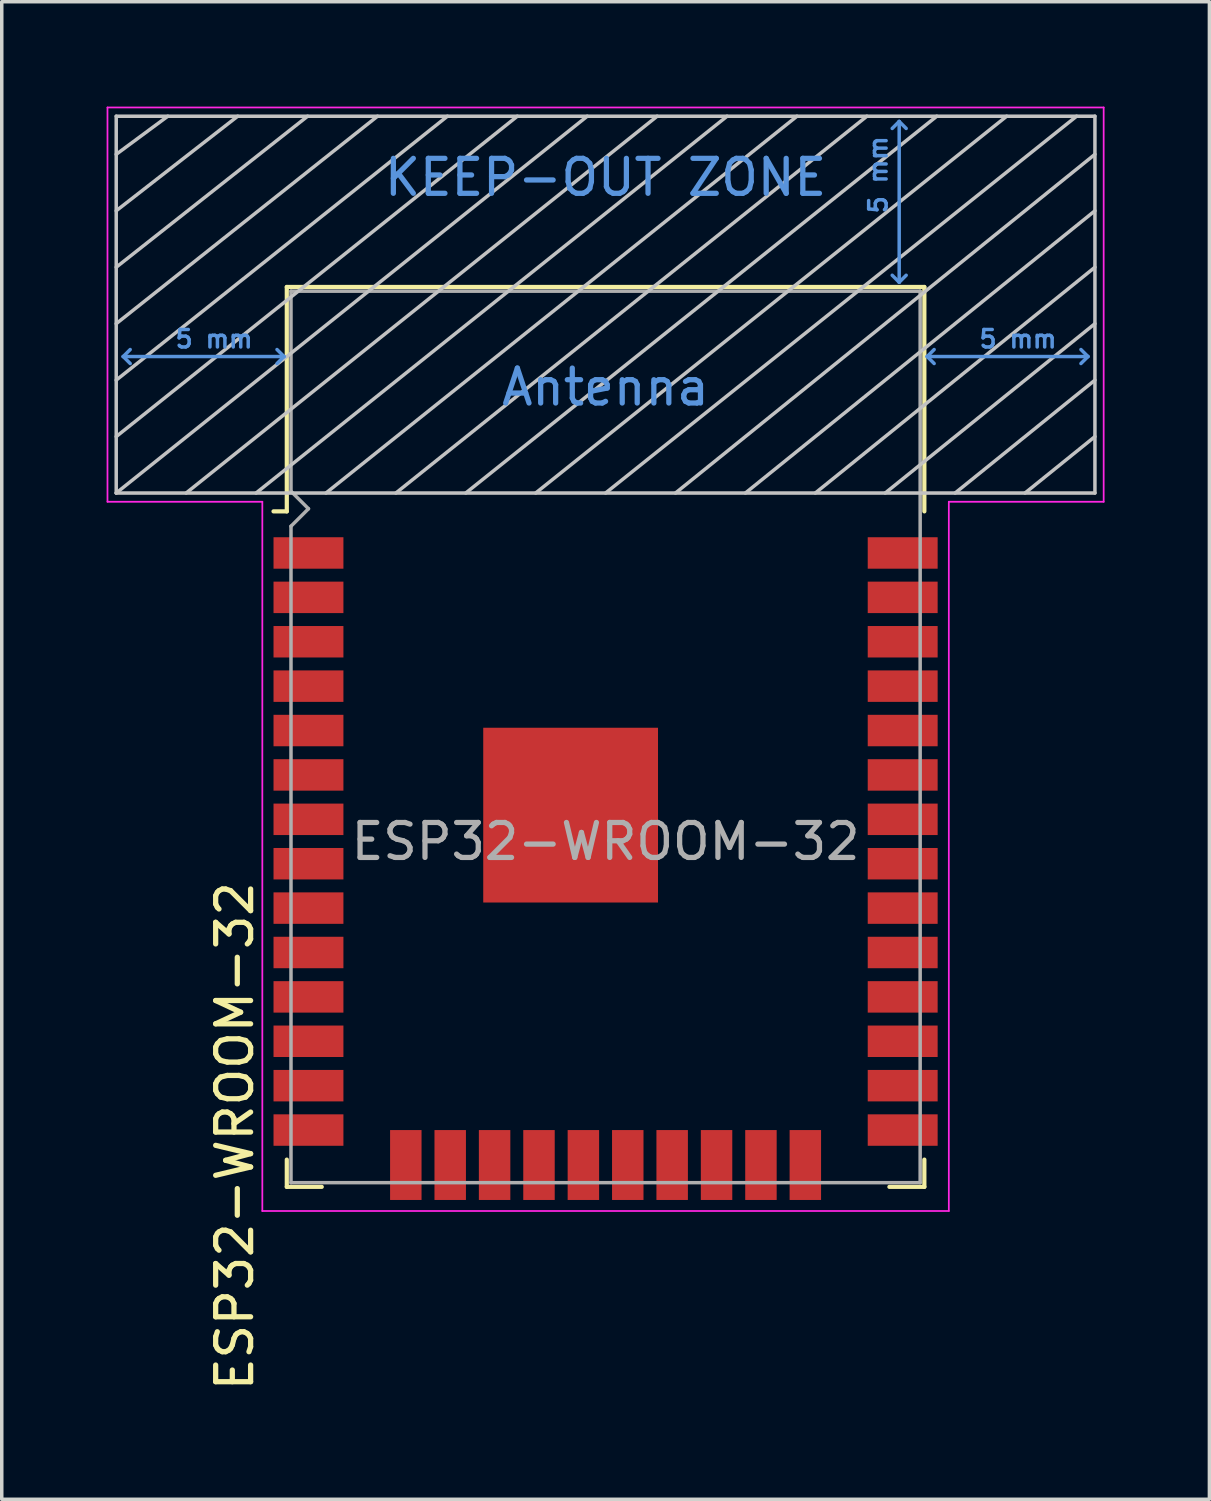
<source format=kicad_pcb>
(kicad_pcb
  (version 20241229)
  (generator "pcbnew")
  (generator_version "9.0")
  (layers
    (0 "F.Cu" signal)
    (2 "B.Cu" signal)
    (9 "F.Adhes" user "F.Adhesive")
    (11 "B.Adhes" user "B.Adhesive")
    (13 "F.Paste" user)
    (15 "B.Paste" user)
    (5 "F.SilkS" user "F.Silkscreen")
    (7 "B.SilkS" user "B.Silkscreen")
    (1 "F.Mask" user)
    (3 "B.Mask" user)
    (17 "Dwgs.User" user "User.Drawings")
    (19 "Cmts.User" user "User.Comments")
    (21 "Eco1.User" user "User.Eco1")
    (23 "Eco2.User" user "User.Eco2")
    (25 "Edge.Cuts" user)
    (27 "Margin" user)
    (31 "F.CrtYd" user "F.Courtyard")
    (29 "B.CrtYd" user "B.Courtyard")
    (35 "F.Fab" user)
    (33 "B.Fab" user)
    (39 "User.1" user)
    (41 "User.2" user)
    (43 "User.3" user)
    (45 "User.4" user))
  (footprint "ESP32-WROOM-32"
    (layer "F.Cu")
    (at 14.275 21.025)
    (property "Reference" "ESP32-WROOM-32" (at -10.61 8.43 90) (layer "F.SilkS") (effects (font (size 1 1) (thickness 0.15))))
    (attr smd)
    (fp_line (start -9.12 -15.865) (end -9.12 -9.445) (stroke (width 0.12) (type solid)) (layer "F.SilkS"))
    (fp_line (start -9.12 -15.865) (end 9.12 -15.865) (stroke (width 0.12) (type solid)) (layer "F.SilkS"))
    (fp_line (start -9.12 -9.445) (end -9.5 -9.445) (stroke (width 0.12) (type solid)) (layer "F.SilkS"))
    (fp_line (start -9.12 9.1) (end -9.12 9.88) (stroke (width 0.12) (type solid)) (layer "F.SilkS"))
    (fp_line (start -9.12 9.88) (end -8.12 9.88) (stroke (width 0.12) (type solid)) (layer "F.SilkS"))
    (fp_line (start 9.12 -15.865) (end 9.12 -9.445) (stroke (width 0.12) (type solid)) (layer "F.SilkS"))
    (fp_line (start 9.12 9.1) (end 9.12 9.88) (stroke (width 0.12) (type solid)) (layer "F.SilkS"))
    (fp_line (start 9.12 9.88) (end 8.12 9.88) (stroke (width 0.12) (type solid)) (layer "F.SilkS"))
    (fp_line (start -14 -9.97) (end -14 -20.75) (stroke (width 0.1) (type solid)) (layer "Dwgs.User"))
    (fp_line (start -12.525 -20.75) (end -14 -19.66) (stroke (width 0.1) (type solid)) (layer "Dwgs.User"))
    (fp_line (start -10.525 -20.75) (end -14 -18.045) (stroke (width 0.1) (type solid)) (layer "Dwgs.User"))
    (fp_line (start -8.525 -20.75) (end -14 -16.43) (stroke (width 0.1) (type solid)) (layer "Dwgs.User"))
    (fp_line (start -8 -9.97) (end 5.475 -20.75) (stroke (width 0.1) (type solid)) (layer "Dwgs.User"))
    (fp_line (start -6.525 -20.75) (end -14 -14.815) (stroke (width 0.1) (type solid)) (layer "Dwgs.User"))
    (fp_line (start -4.525 -20.75) (end -14 -13.2) (stroke (width 0.1) (type solid)) (layer "Dwgs.User"))
    (fp_line (start -2.525 -20.75) (end -14 -11.585) (stroke (width 0.1) (type solid)) (layer "Dwgs.User"))
    (fp_line (start -0.525 -20.75) (end -14 -9.97) (stroke (width 0.1) (type solid)) (layer "Dwgs.User"))
    (fp_line (start 1.475 -20.75) (end -12 -9.97) (stroke (width 0.1) (type solid)) (layer "Dwgs.User"))
    (fp_line (start 3.475 -20.75) (end -10 -9.97) (stroke (width 0.1) (type solid)) (layer "Dwgs.User"))
    (fp_line (start 7.475 -20.75) (end -6 -9.97) (stroke (width 0.1) (type solid)) (layer "Dwgs.User"))
    (fp_line (start 9.475 -20.75) (end -4 -9.97) (stroke (width 0.1) (type solid)) (layer "Dwgs.User"))
    (fp_line (start 11.475 -20.75) (end -2 -9.97) (stroke (width 0.1) (type solid)) (layer "Dwgs.User"))
    (fp_line (start 13.475 -20.75) (end 0 -9.97) (stroke (width 0.1) (type solid)) (layer "Dwgs.User"))
    (fp_line (start 14 -20.75) (end -14 -20.75) (stroke (width 0.1) (type solid)) (layer "Dwgs.User"))
    (fp_line (start 14 -19.66) (end 2 -9.97) (stroke (width 0.1) (type solid)) (layer "Dwgs.User"))
    (fp_line (start 14 -18.045) (end 4 -9.97) (stroke (width 0.1) (type solid)) (layer "Dwgs.User"))
    (fp_line (start 14 -16.43) (end 6 -9.97) (stroke (width 0.1) (type solid)) (layer "Dwgs.User"))
    (fp_line (start 14 -14.815) (end 8 -9.97) (stroke (width 0.1) (type solid)) (layer "Dwgs.User"))
    (fp_line (start 14 -13.2) (end 10 -9.97) (stroke (width 0.1) (type solid)) (layer "Dwgs.User"))
    (fp_line (start 14 -11.585) (end 12 -9.97) (stroke (width 0.1) (type solid)) (layer "Dwgs.User"))
    (fp_line (start 14 -9.97) (end -14 -9.97) (stroke (width 0.1) (type solid)) (layer "Dwgs.User"))
    (fp_line (start 14 -9.97) (end 14 -20.75) (stroke (width 0.1) (type solid)) (layer "Dwgs.User"))
    (fp_line (start -13.8 -13.875) (end -13.6 -14.075) (stroke (width 0.1) (type solid)) (layer "Cmts.User"))
    (fp_line (start -13.8 -13.875) (end -13.6 -13.675) (stroke (width 0.1) (type solid)) (layer "Cmts.User"))
    (fp_line (start -13.8 -13.875) (end -9.2 -13.875) (stroke (width 0.1) (type solid)) (layer "Cmts.User"))
    (fp_line (start -9.2 -13.875) (end -9.4 -14.075) (stroke (width 0.1) (type solid)) (layer "Cmts.User"))
    (fp_line (start -9.2 -13.875) (end -9.4 -13.675) (stroke (width 0.1) (type solid)) (layer "Cmts.User"))
    (fp_line (start 8.4 -20.6) (end 8.2 -20.4) (stroke (width 0.1) (type solid)) (layer "Cmts.User"))
    (fp_line (start 8.4 -20.6) (end 8.6 -20.4) (stroke (width 0.1) (type solid)) (layer "Cmts.User"))
    (fp_line (start 8.4 -16) (end 8.2 -16.2) (stroke (width 0.1) (type solid)) (layer "Cmts.User"))
    (fp_line (start 8.4 -16) (end 8.4 -20.6) (stroke (width 0.1) (type solid)) (layer "Cmts.User"))
    (fp_line (start 8.4 -16) (end 8.6 -16.2) (stroke (width 0.1) (type solid)) (layer "Cmts.User"))
    (fp_line (start 9.2 -13.875) (end 9.4 -14.075) (stroke (width 0.1) (type solid)) (layer "Cmts.User"))
    (fp_line (start 9.2 -13.875) (end 9.4 -13.675) (stroke (width 0.1) (type solid)) (layer "Cmts.User"))
    (fp_line (start 9.2 -13.875) (end 13.8 -13.875) (stroke (width 0.1) (type solid)) (layer "Cmts.User"))
    (fp_line (start 13.8 -13.875) (end 13.6 -14.075) (stroke (width 0.1) (type solid)) (layer "Cmts.User"))
    (fp_line (start 13.8 -13.875) (end 13.6 -13.675) (stroke (width 0.1) (type solid)) (layer "Cmts.User"))
    (fp_line (start -14.25 -21) (end -14.25 -9.72) (stroke (width 0.05) (type solid)) (layer "F.CrtYd"))
    (fp_line (start -14.25 -21) (end 14.25 -21) (stroke (width 0.05) (type solid)) (layer "F.CrtYd"))
    (fp_line (start -14.25 -9.72) (end -9.82 -9.72) (stroke (width 0.05) (type solid)) (layer "F.CrtYd"))
    (fp_line (start -9.82 10.57) (end -9.82 -9.72) (stroke (width 0.05) (type solid)) (layer "F.CrtYd"))
    (fp_line (start -9.82 10.57) (end 9.82 10.57) (stroke (width 0.05) (type solid)) (layer "F.CrtYd"))
    (fp_line (start 9.82 -9.72) (end 9.82 10.57) (stroke (width 0.05) (type solid)) (layer "F.CrtYd"))
    (fp_line (start 9.82 -9.72) (end 14.25 -9.72) (stroke (width 0.05) (type solid)) (layer "F.CrtYd"))
    (fp_line (start 14.25 -21) (end 14.25 -9.72) (stroke (width 0.05) (type solid)) (layer "F.CrtYd"))
    (fp_line (start -9 -15.745) (end -9 -10.02) (stroke (width 0.1) (type solid)) (layer "F.Fab"))
    (fp_line (start -9 -15.745) (end 9 -15.745) (stroke (width 0.1) (type solid)) (layer "F.Fab"))
    (fp_line (start -9 -9.02) (end -9 9.76) (stroke (width 0.1) (type solid)) (layer "F.Fab"))
    (fp_line (start -9 -9.02) (end -8.5 -9.52) (stroke (width 0.1) (type solid)) (layer "F.Fab"))
    (fp_line (start -9 9.76) (end 9 9.76) (stroke (width 0.1) (type solid)) (layer "F.Fab"))
    (fp_line (start -8.5 -9.52) (end -9 -10.02) (stroke (width 0.1) (type solid)) (layer "F.Fab"))
    (fp_line (start 9 9.76) (end 9 -15.745) (stroke (width 0.1) (type solid)) (layer "F.Fab"))
    (fp_text user "5 mm" (at 7.8 -19.075 90) (layer "Cmts.User") (effects (font (size 0.5 0.5) (thickness 0.1))))
    (fp_text user "5 mm" (at -11.2 -14.375 0) (layer "Cmts.User") (effects (font (size 0.5 0.5) (thickness 0.1))))
    (fp_text user "Antenna" (at 0 -13 0) (layer "Cmts.User") (effects (font (size 1 1) (thickness 0.15))))
    (fp_text user "5 mm" (at 11.8 -14.375 0) (layer "Cmts.User") (effects (font (size 0.5 0.5) (thickness 0.1))))
    (fp_text user "KEEP-OUT ZONE" (at 0 -19 0) (layer "Cmts.User") (effects (font (size 1 1) (thickness 0.15))))
    (fp_text user "${REFERENCE}" (at 0 0 0) (layer "F.Fab") (effects (font (size 1 1) (thickness 0.15))))
    (pad "1" smd rect (at -8.5 -8.255) (size 2 0.9) (layers "F.Cu" "F.Mask" "F.Paste"))
    (pad "2" smd rect (at -8.5 -6.985) (size 2 0.9) (layers "F.Cu" "F.Mask" "F.Paste"))
    (pad "3" smd rect (at -8.5 -5.715) (size 2 0.9) (layers "F.Cu" "F.Mask" "F.Paste"))
    (pad "4" smd rect (at -8.5 -4.445) (size 2 0.9) (layers "F.Cu" "F.Mask" "F.Paste"))
    (pad "5" smd rect (at -8.5 -3.175) (size 2 0.9) (layers "F.Cu" "F.Mask" "F.Paste"))
    (pad "6" smd rect (at -8.5 -1.905) (size 2 0.9) (layers "F.Cu" "F.Mask" "F.Paste"))
    (pad "7" smd rect (at -8.5 -0.635) (size 2 0.9) (layers "F.Cu" "F.Mask" "F.Paste"))
    (pad "8" smd rect (at -8.5 0.635) (size 2 0.9) (layers "F.Cu" "F.Mask" "F.Paste"))
    (pad "9" smd rect (at -8.5 1.905) (size 2 0.9) (layers "F.Cu" "F.Mask" "F.Paste"))
    (pad "10" smd rect (at -8.5 3.175) (size 2 0.9) (layers "F.Cu" "F.Mask" "F.Paste"))
    (pad "11" smd rect (at -8.5 4.445) (size 2 0.9) (layers "F.Cu" "F.Mask" "F.Paste"))
    (pad "12" smd rect (at -8.5 5.715) (size 2 0.9) (layers "F.Cu" "F.Mask" "F.Paste"))
    (pad "13" smd rect (at -8.5 6.985) (size 2 0.9) (layers "F.Cu" "F.Mask" "F.Paste"))
    (pad "14" smd rect (at -8.5 8.255) (size 2 0.9) (layers "F.Cu" "F.Mask" "F.Paste"))
    (pad "15" smd rect (at -5.715 9.255 90) (size 2 0.9) (layers "F.Cu" "F.Mask" "F.Paste"))
    (pad "16" smd rect (at -4.445 9.255 90) (size 2 0.9) (layers "F.Cu" "F.Mask" "F.Paste"))
    (pad "17" smd rect (at -3.175 9.255 90) (size 2 0.9) (layers "F.Cu" "F.Mask" "F.Paste"))
    (pad "18" smd rect (at -1.905 9.255 90) (size 2 0.9) (layers "F.Cu" "F.Mask" "F.Paste"))
    (pad "19" smd rect (at -0.635 9.255 90) (size 2 0.9) (layers "F.Cu" "F.Mask" "F.Paste"))
    (pad "20" smd rect (at 0.635 9.255 90) (size 2 0.9) (layers "F.Cu" "F.Mask" "F.Paste"))
    (pad "21" smd rect (at 1.905 9.255 90) (size 2 0.9) (layers "F.Cu" "F.Mask" "F.Paste"))
    (pad "22" smd rect (at 3.175 9.255 90) (size 2 0.9) (layers "F.Cu" "F.Mask" "F.Paste"))
    (pad "23" smd rect (at 4.445 9.255 90) (size 2 0.9) (layers "F.Cu" "F.Mask" "F.Paste"))
    (pad "24" smd rect (at 5.715 9.255 90) (size 2 0.9) (layers "F.Cu" "F.Mask" "F.Paste"))
    (pad "25" smd rect (at 8.5 8.255) (size 2 0.9) (layers "F.Cu" "F.Mask" "F.Paste"))
    (pad "26" smd rect (at 8.5 6.985) (size 2 0.9) (layers "F.Cu" "F.Mask" "F.Paste"))
    (pad "27" smd rect (at 8.5 5.715) (size 2 0.9) (layers "F.Cu" "F.Mask" "F.Paste"))
    (pad "28" smd rect (at 8.5 4.445) (size 2 0.9) (layers "F.Cu" "F.Mask" "F.Paste"))
    (pad "29" smd rect (at 8.5 3.175) (size 2 0.9) (layers "F.Cu" "F.Mask" "F.Paste"))
    (pad "30" smd rect (at 8.5 1.905) (size 2 0.9) (layers "F.Cu" "F.Mask" "F.Paste"))
    (pad "31" smd rect (at 8.5 0.635) (size 2 0.9) (layers "F.Cu" "F.Mask" "F.Paste"))
    (pad "32" smd rect (at 8.5 -0.635) (size 2 0.9) (layers "F.Cu" "F.Mask" "F.Paste"))
    (pad "33" smd rect (at 8.5 -1.905) (size 2 0.9) (layers "F.Cu" "F.Mask" "F.Paste"))
    (pad "34" smd rect (at 8.5 -3.175) (size 2 0.9) (layers "F.Cu" "F.Mask" "F.Paste"))
    (pad "35" smd rect (at 8.5 -4.445) (size 2 0.9) (layers "F.Cu" "F.Mask" "F.Paste"))
    (pad "36" smd rect (at 8.5 -5.715) (size 2 0.9) (layers "F.Cu" "F.Mask" "F.Paste"))
    (pad "37" smd rect (at 8.5 -6.985) (size 2 0.9) (layers "F.Cu" "F.Mask" "F.Paste"))
    (pad "38" smd rect (at 8.5 -8.255) (size 2 0.9) (layers "F.Cu" "F.Mask" "F.Paste"))
    (pad "39" smd rect (at -1 -0.755) (size 5 5) (layers "F.Cu" "F.Mask" "F.Paste")))
  (gr_rect
    (start -3 -3)
    (end 31.55 39.842)
    (stroke (width 0.1) (type default))
    (fill no)
    (layer "Edge.Cuts")))
</source>
